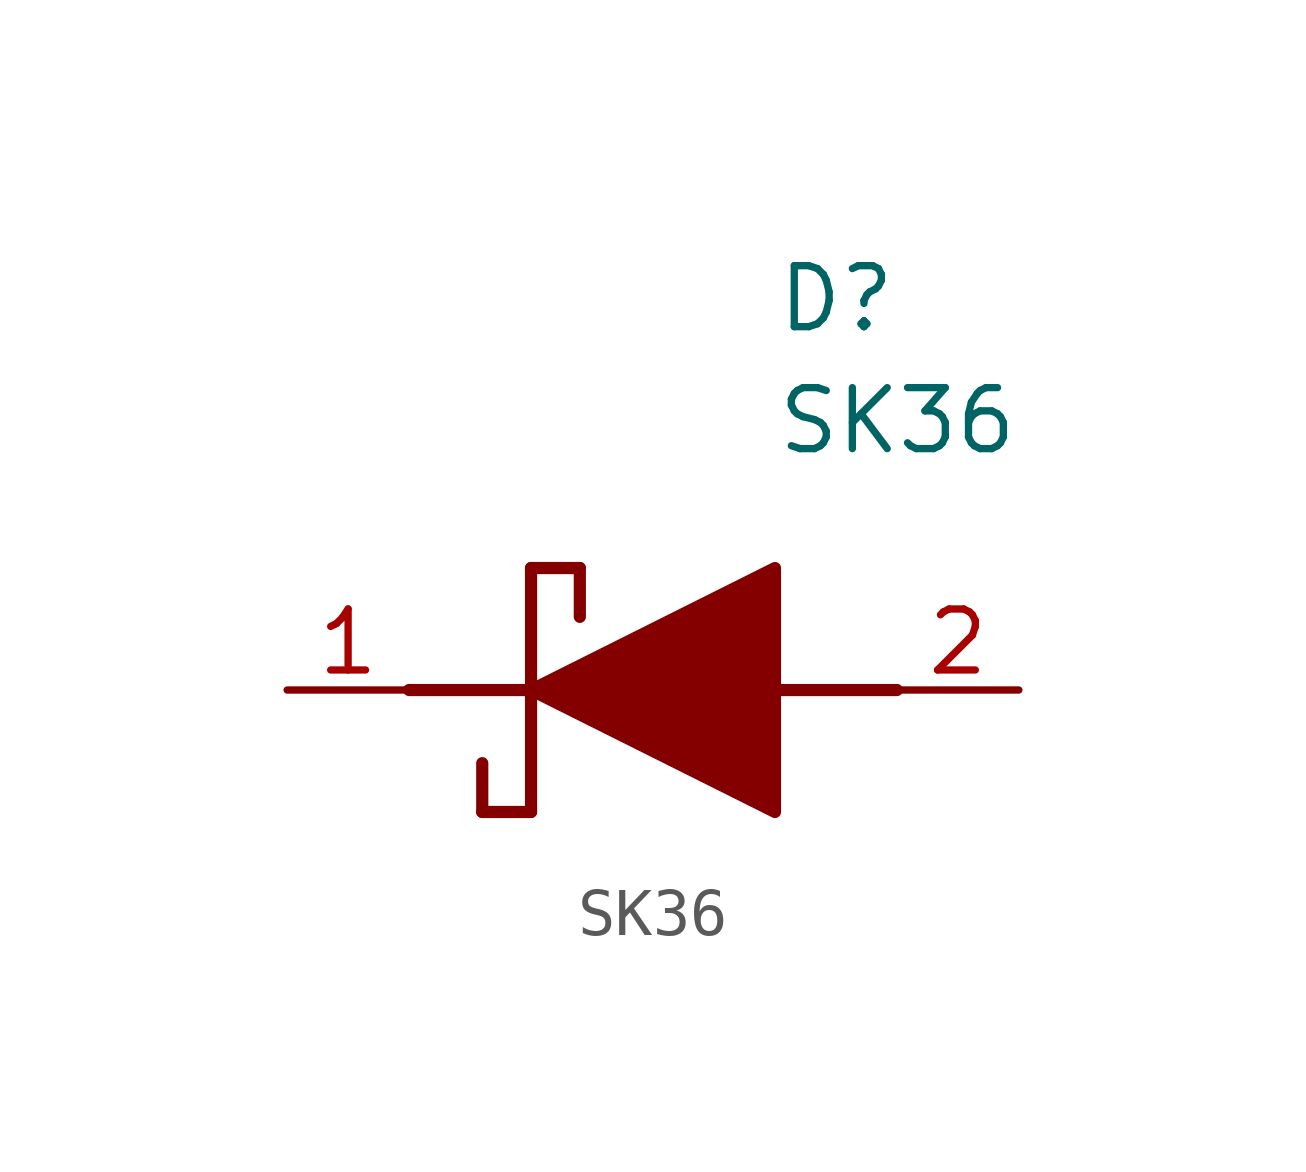
<source format=kicad_sym>
(kicad_symbol_lib
  (version 20211014)
  (generator SamacSys_ECAD_Model)
  (symbol "SK36"
    (pin_names hide)
    (property "Reference" "D"
      (at 12.7 8.89 0)
      (effects (font (size 1.27 1.27)) (justify left top)))
    (property "Value" "SK36"
      (at 12.7 6.35 0)
      (effects (font (size 1.27 1.27)) (justify left top)))
    (polyline
      (pts (xy 7.62 2.54) (xy 7.62 -2.54))
      (stroke (width 0.254) (type default))
      (fill (type none)))
    (polyline
      (pts (xy 7.62 2.54) (xy 8.636 2.54))
      (stroke (width 0.254) (type default))
      (fill (type none)))
    (polyline
      (pts (xy 8.636 1.524) (xy 8.636 2.54))
      (stroke (width 0.254) (type default))
      (fill (type none)))
    (polyline
      (pts (xy 7.62 -2.54) (xy 6.604 -2.54))
      (stroke (width 0.254) (type default))
      (fill (type none)))
    (polyline
      (pts (xy 6.604 -1.524) (xy 6.604 -2.54))
      (stroke (width 0.254) (type default))
      (fill (type none)))
    (polyline
      (pts (xy 5.08 0) (xy 7.62 0))
      (stroke (width 0.254) (type default))
      (fill (type none)))
    (polyline
      (pts (xy 12.7 0) (xy 15.24 0))
      (stroke (width 0.254) (type default))
      (fill (type none)))
    (polyline
      (pts (xy 7.62 0) (xy 12.7 2.54) (xy 12.7 -2.54) (xy 7.62 0))
      (stroke (width 0.254) (type default))
      (fill (type outline)))
    (pin passive line
      (at 2.54 0 0)
      (length 2.54)
      (name "K" (effects (font (size 1.27 1.27))))
      (number "1" (effects (font (size 1.27 1.27)))))
    (pin passive line
      (at 17.78 0 180)
      (length 2.54)
      (name "A" (effects (font (size 1.27 1.27))))
      (number "2" (effects (font (size 1.27 1.27)))))))
</source>
